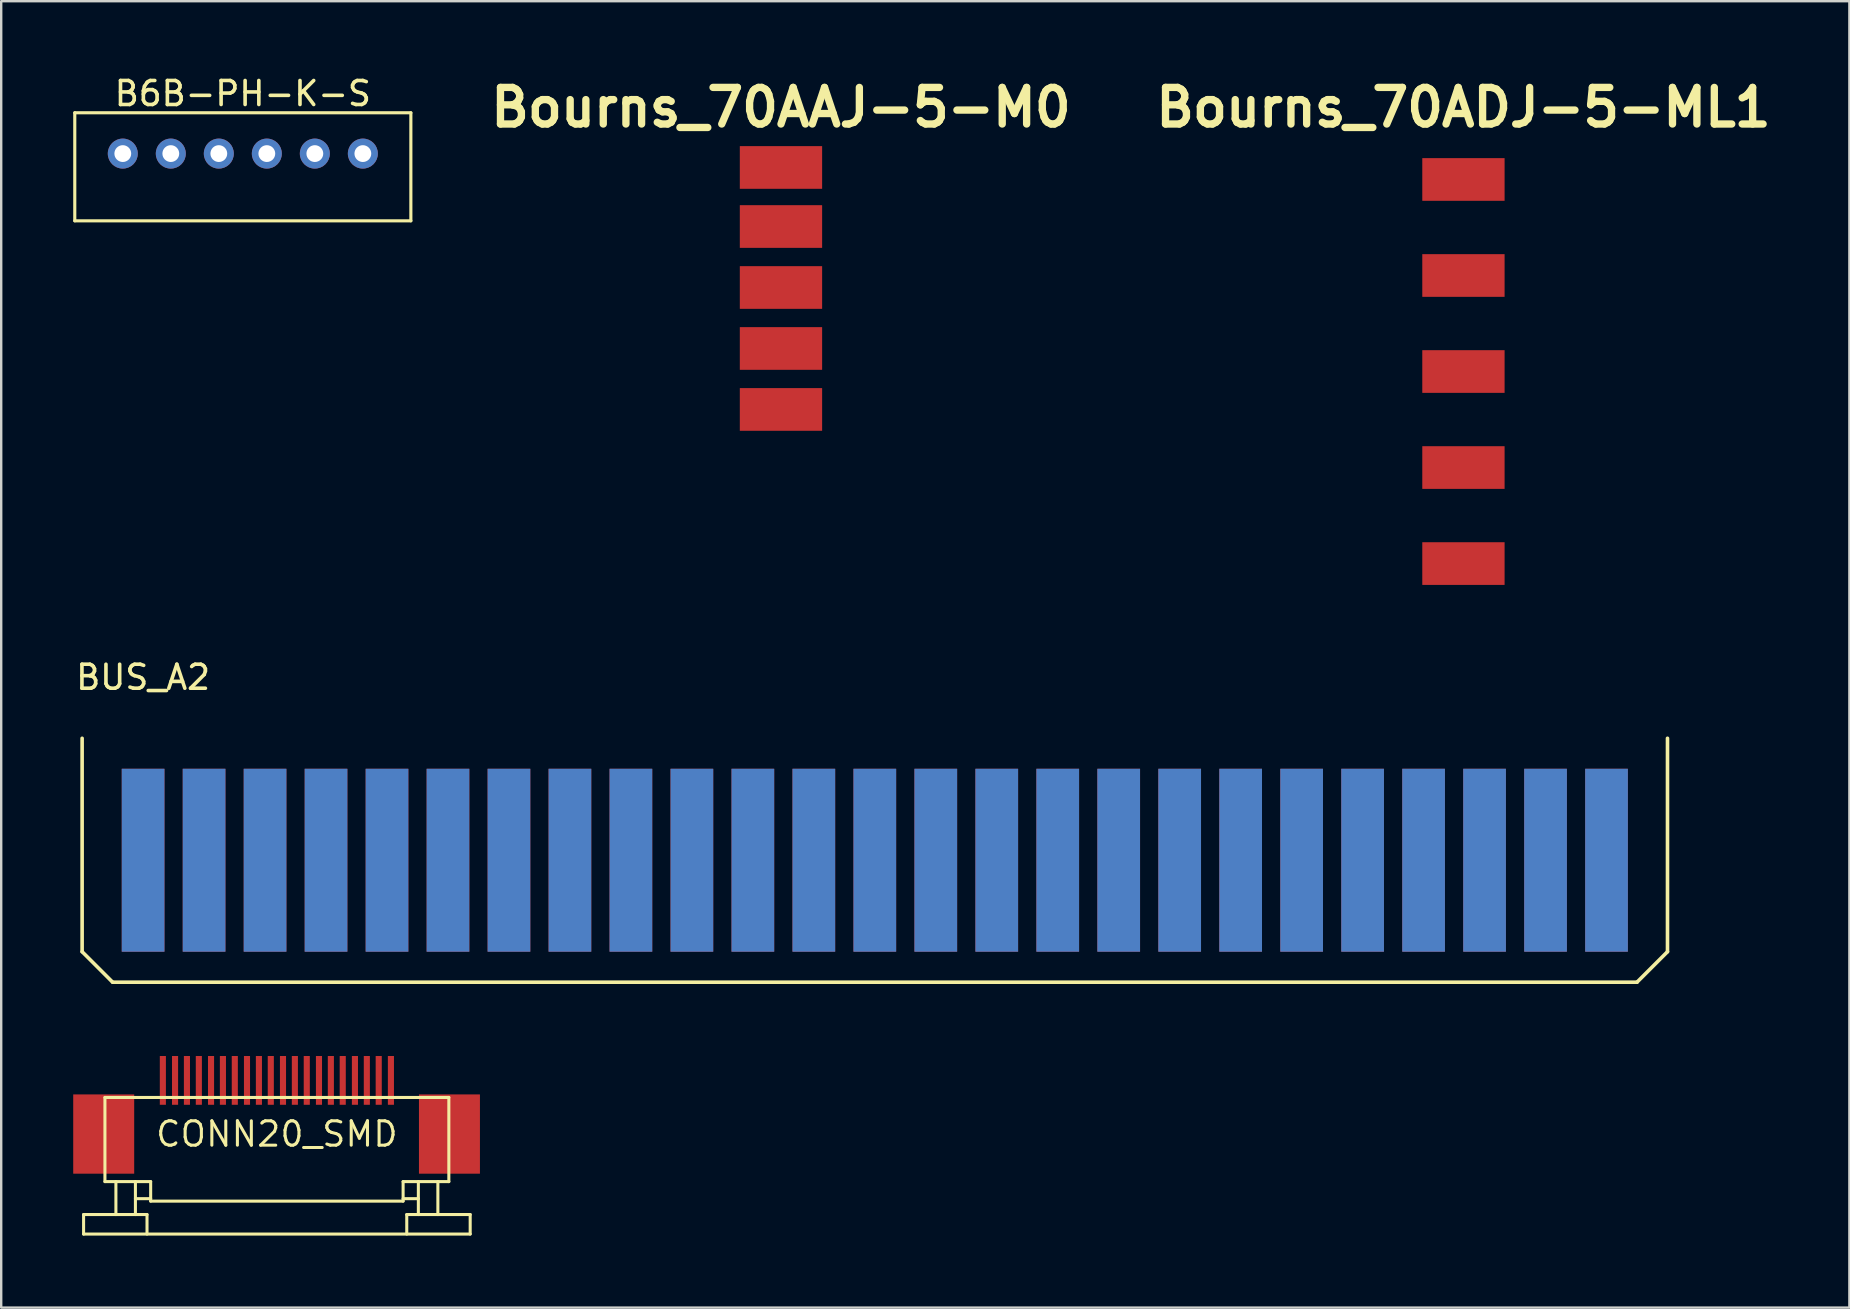
<source format=kicad_pcb>
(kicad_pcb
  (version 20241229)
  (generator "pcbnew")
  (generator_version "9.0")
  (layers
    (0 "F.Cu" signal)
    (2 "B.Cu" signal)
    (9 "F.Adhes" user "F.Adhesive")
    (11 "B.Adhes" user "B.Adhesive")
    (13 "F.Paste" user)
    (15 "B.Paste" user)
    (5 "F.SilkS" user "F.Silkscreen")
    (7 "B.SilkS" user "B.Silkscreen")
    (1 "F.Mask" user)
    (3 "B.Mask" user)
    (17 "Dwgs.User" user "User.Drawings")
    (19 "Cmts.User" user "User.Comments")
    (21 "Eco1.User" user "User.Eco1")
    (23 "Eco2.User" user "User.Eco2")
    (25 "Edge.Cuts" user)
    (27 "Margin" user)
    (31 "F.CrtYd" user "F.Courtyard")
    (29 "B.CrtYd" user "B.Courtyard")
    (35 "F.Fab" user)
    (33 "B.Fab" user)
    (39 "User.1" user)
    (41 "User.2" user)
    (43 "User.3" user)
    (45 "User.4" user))
  (footprint "CONN20_SMD"
    (layer "F.Cu")
    (at 8.484 45.206)
    (property "Reference" "CONN20_SMD" (at 0 -1.016 0) (layer "F.SilkS") (effects (font (size 1.016 1.016) (thickness 0.127))))
    (attr smd)
    (fp_line (start -8.052 2.337) (end -5.41 2.337) (stroke (width 0.127) (type solid)) (layer "F.SilkS"))
    (fp_line (start -8.052 3.15) (end -8.052 2.337) (stroke (width 0.127) (type solid)) (layer "F.SilkS"))
    (fp_line (start -8.052 3.15) (end 8.052 3.15) (stroke (width 0.127) (type solid)) (layer "F.SilkS"))
    (fp_line (start -7.163 -2.54) (end -7.163 0.965) (stroke (width 0.127) (type solid)) (layer "F.SilkS"))
    (fp_line (start -7.163 -2.54) (end 7.163 -2.54) (stroke (width 0.127) (type solid)) (layer "F.SilkS"))
    (fp_line (start -7.163 0.965) (end -5.258 0.965) (stroke (width 0.127) (type solid)) (layer "F.SilkS"))
    (fp_line (start -6.706 0.965) (end -6.706 2.337) (stroke (width 0.127) (type solid)) (layer "F.SilkS"))
    (fp_line (start -5.893 0.965) (end -5.893 2.337) (stroke (width 0.127) (type solid)) (layer "F.SilkS"))
    (fp_line (start -5.41 2.337) (end -5.41 3.15) (stroke (width 0.127) (type solid)) (layer "F.SilkS"))
    (fp_line (start -5.258 0.965) (end -5.258 1.778) (stroke (width 0.127) (type solid)) (layer "F.SilkS"))
    (fp_line (start -5.258 1.676) (end -5.893 1.676) (stroke (width 0.127) (type solid)) (layer "F.SilkS"))
    (fp_line (start -5.258 1.778) (end 5.258 1.778) (stroke (width 0.127) (type solid)) (layer "F.SilkS"))
    (fp_line (start 5.258 0.965) (end 7.163 0.965) (stroke (width 0.127) (type solid)) (layer "F.SilkS"))
    (fp_line (start 5.258 1.676) (end 5.893 1.676) (stroke (width 0.127) (type solid)) (layer "F.SilkS"))
    (fp_line (start 5.258 1.778) (end 5.258 0.965) (stroke (width 0.127) (type solid)) (layer "F.SilkS"))
    (fp_line (start 5.41 2.337) (end 5.41 3.15) (stroke (width 0.127) (type solid)) (layer "F.SilkS"))
    (fp_line (start 5.893 0.965) (end 5.893 2.337) (stroke (width 0.127) (type solid)) (layer "F.SilkS"))
    (fp_line (start 6.706 0.965) (end 6.706 2.337) (stroke (width 0.127) (type solid)) (layer "F.SilkS"))
    (fp_line (start 7.163 0.965) (end 7.163 -2.54) (stroke (width 0.127) (type solid)) (layer "F.SilkS"))
    (fp_line (start 8.052 2.337) (end 5.41 2.337) (stroke (width 0.127) (type solid)) (layer "F.SilkS"))
    (fp_line (start 8.052 3.15) (end 8.052 2.337) (stroke (width 0.127) (type solid)) (layer "F.SilkS"))
    (pad "" smd rect (at -7.214 -1.016) (size 2.54 3.302) (layers "F.Cu" "F.Mask" "F.Paste"))
    (pad "" smd rect (at 7.188 -1.016) (size 2.54 3.302) (layers "F.Cu" "F.Mask" "F.Paste"))
    (pad "1" smd rect (at -4.75 -3.251) (size 0.254 2.032) (layers "F.Cu" "F.Mask" "F.Paste"))
    (pad "2" smd rect (at -4.242 -3.251) (size 0.254 2.032) (layers "F.Cu" "F.Mask" "F.Paste"))
    (pad "3" smd rect (at -3.747 -3.251) (size 0.254 2.032) (layers "F.Cu" "F.Mask" "F.Paste"))
    (pad "4" smd rect (at -3.251 -3.251) (size 0.254 2.032) (layers "F.Cu" "F.Mask" "F.Paste"))
    (pad "5" smd rect (at -2.743 -3.251) (size 0.254 2.032) (layers "F.Cu" "F.Mask" "F.Paste"))
    (pad "6" smd rect (at -2.248 -3.251) (size 0.254 2.032) (layers "F.Cu" "F.Mask" "F.Paste"))
    (pad "7" smd rect (at -1.753 -3.251) (size 0.254 2.032) (layers "F.Cu" "F.Mask" "F.Paste"))
    (pad "8" smd rect (at -1.245 -3.251) (size 0.254 2.032) (layers "F.Cu" "F.Mask" "F.Paste"))
    (pad "9" smd rect (at -0.749 -3.251) (size 0.254 2.032) (layers "F.Cu" "F.Mask" "F.Paste"))
    (pad "10" smd rect (at -0.254 -3.251) (size 0.254 2.032) (layers "F.Cu" "F.Mask" "F.Paste"))
    (pad "11" smd rect (at 0.254 -3.251) (size 0.254 2.032) (layers "F.Cu" "F.Mask" "F.Paste"))
    (pad "12" smd rect (at 0.749 -3.251) (size 0.254 2.032) (layers "F.Cu" "F.Mask" "F.Paste"))
    (pad "13" smd rect (at 1.245 -3.251) (size 0.254 2.032) (layers "F.Cu" "F.Mask" "F.Paste"))
    (pad "14" smd rect (at 1.753 -3.251) (size 0.254 2.032) (layers "F.Cu" "F.Mask" "F.Paste"))
    (pad "15" smd rect (at 2.248 -3.251) (size 0.254 2.032) (layers "F.Cu" "F.Mask" "F.Paste"))
    (pad "16" smd rect (at 2.743 -3.251) (size 0.254 2.032) (layers "F.Cu" "F.Mask" "F.Paste"))
    (pad "17" smd rect (at 3.251 -3.251) (size 0.254 2.032) (layers "F.Cu" "F.Mask" "F.Paste"))
    (pad "18" smd rect (at 3.747 -3.251) (size 0.254 2.032) (layers "F.Cu" "F.Mask" "F.Paste"))
    (pad "19" smd rect (at 4.242 -3.251) (size 0.254 2.032) (layers "F.Cu" "F.Mask" "F.Paste"))
    (pad "20" smd rect (at 4.75 -3.251) (size 0.254 2.032) (layers "F.Cu" "F.Mask" "F.Paste")))
  (footprint "Bourns_70AAJ-5-M0"
    (layer "F.Cu")
    (at 29.482 8.926)
    (property "Reference" "Bourns_70AAJ-5-M0" (at 0 -7.5 0) (layer "F.SilkS") (effects (font (size 1.524 1.524) (thickness 0.305))))
    (attr through_hole)
    (pad "1" smd rect (at 0 -5) (size 3.429 1.778) (layers "F.Cu" "F.Mask" "F.Paste"))
    (pad "2" smd rect (at 0 -2.54) (size 3.429 1.778) (layers "F.Cu" "F.Mask" "F.Paste"))
    (pad "3" smd rect (at 0 0) (size 3.429 1.778) (layers "F.Cu" "F.Mask" "F.Paste"))
    (pad "4" smd rect (at 0 2.54) (size 3.429 1.778) (layers "F.Cu" "F.Mask" "F.Paste"))
    (pad "5" smd rect (at 0 5.08) (size 3.429 1.778) (layers "F.Cu" "F.Mask" "F.Paste")))
  (footprint "Bourns_70ADJ-5-ML1"
    (layer "F.Cu")
    (at 57.911 12.426)
    (property "Reference" "Bourns_70ADJ-5-ML1" (at 0 -11 0) (layer "F.SilkS") (effects (font (size 1.524 1.524) (thickness 0.305))))
    (attr through_hole)
    (pad "1" smd rect (at 0 -8) (size 3.429 1.778) (layers "F.Cu" "F.Mask" "F.Paste"))
    (pad "2" smd rect (at 0 -4) (size 3.429 1.778) (layers "F.Cu" "F.Mask" "F.Paste"))
    (pad "3" smd rect (at 0 0) (size 3.429 1.778) (layers "F.Cu" "F.Mask" "F.Paste"))
    (pad "4" smd rect (at 0 4) (size 3.429 1.778) (layers "F.Cu" "F.Mask" "F.Paste"))
    (pad "5" smd rect (at 0 8) (size 3.429 1.778) (layers "F.Cu" "F.Mask" "F.Paste")))
  (footprint "B6B-PH-K-S"
    (layer "F.Cu")
    (at 7.065 3.348)
    (property "Reference" "B6B-PH-K-S" (at 0 -2.5 0) (layer "F.SilkS") (effects (font (size 1 1) (thickness 0.15))))
    (attr through_hole)
    (fp_line (start -7 -1.7) (end 7 -1.7) (stroke (width 0.13) (type solid)) (layer "F.SilkS"))
    (fp_line (start -7 2.8) (end -7 -1.7) (stroke (width 0.13) (type solid)) (layer "F.SilkS"))
    (fp_line (start 7 -1.7) (end 7 2.8) (stroke (width 0.13) (type solid)) (layer "F.SilkS"))
    (fp_line (start 7 2.8) (end -7 2.8) (stroke (width 0.13) (type solid)) (layer "F.SilkS"))
    (pad "1" thru_hole circle (at -5 0) (size 1.25 1.25) (drill 0.7) (layers "*.Cu" "*.Mask"))
    (pad "2" thru_hole circle (at -3 0) (size 1.25 1.25) (drill 0.7) (layers "*.Cu" "*.Mask"))
    (pad "3" thru_hole circle (at -1 0) (size 1.25 1.25) (drill 0.7) (layers "*.Cu" "*.Mask"))
    (pad "4" thru_hole circle (at 1 0) (size 1.25 1.25) (drill 0.7) (layers "*.Cu" "*.Mask"))
    (pad "5" thru_hole circle (at 3 0) (size 1.25 1.25) (drill 0.7) (layers "*.Cu" "*.Mask"))
    (pad "6" thru_hole circle (at 5 0) (size 1.25 1.25) (drill 0.7) (layers "*.Cu" "*.Mask")))
  (footprint "BUS_A2"
    (layer "F.Cu")
    (at 25.771 32.784)
    (property "Reference" "BUS_A2" (at -22.86 -7.62 0) (layer "F.SilkS") (effects (font (size 1 1) (thickness 0.15))))
    (attr through_hole)
    (fp_line (start -25.4 3.81) (end -25.4 -5.08) (stroke (width 0.15) (type solid)) (layer "F.SilkS"))
    (fp_line (start -24.13 5.08) (end -25.4 3.81) (stroke (width 0.15) (type solid)) (layer "F.SilkS"))
    (fp_line (start 39.37 5.08) (end -24.13 5.08) (stroke (width 0.15) (type solid)) (layer "F.SilkS"))
    (fp_line (start 40.64 -5.08) (end 40.64 3.81) (stroke (width 0.15) (type solid)) (layer "F.SilkS"))
    (fp_line (start 40.64 3.81) (end 39.37 5.08) (stroke (width 0.15) (type solid)) (layer "F.SilkS"))
    (pad "1" connect rect (at -22.86 0 180) (size 1.778 7.62) (layers "F.Cu" "F.Mask"))
    (pad "2" connect rect (at -20.32 0 180) (size 1.778 7.62) (layers "F.Cu" "F.Mask"))
    (pad "3" connect rect (at -17.78 0 180) (size 1.778 7.62) (layers "F.Cu" "F.Mask"))
    (pad "4" connect rect (at -15.24 0 180) (size 1.778 7.62) (layers "F.Cu" "F.Mask"))
    (pad "5" connect rect (at -12.7 0 180) (size 1.778 7.62) (layers "F.Cu" "F.Mask"))
    (pad "6" connect rect (at -10.16 0 180) (size 1.778 7.62) (layers "F.Cu" "F.Mask"))
    (pad "7" connect rect (at -7.62 0 180) (size 1.778 7.62) (layers "F.Cu" "F.Mask"))
    (pad "8" connect rect (at -5.08 0 180) (size 1.778 7.62) (layers "F.Cu" "F.Mask"))
    (pad "9" connect rect (at -2.54 0 180) (size 1.778 7.62) (layers "F.Cu" "F.Mask"))
    (pad "10" connect rect (at 0 0 180) (size 1.778 7.62) (layers "F.Cu" "F.Mask"))
    (pad "11" connect rect (at 2.54 0 180) (size 1.778 7.62) (layers "F.Cu" "F.Mask"))
    (pad "12" connect rect (at 5.08 0 180) (size 1.778 7.62) (layers "F.Cu" "F.Mask"))
    (pad "13" connect rect (at 7.62 0 180) (size 1.778 7.62) (layers "F.Cu" "F.Mask"))
    (pad "14" connect rect (at 10.16 0 180) (size 1.778 7.62) (layers "F.Cu" "F.Mask"))
    (pad "15" connect rect (at 12.7 0 180) (size 1.778 7.62) (layers "F.Cu" "F.Mask"))
    (pad "16" connect rect (at 15.24 0 180) (size 1.778 7.62) (layers "F.Cu" "F.Mask"))
    (pad "17" connect rect (at 17.78 0 180) (size 1.778 7.62) (layers "F.Cu" "F.Mask"))
    (pad "18" connect rect (at 20.32 0 180) (size 1.778 7.62) (layers "F.Cu" "F.Mask"))
    (pad "19" connect rect (at 22.86 0 180) (size 1.778 7.62) (layers "F.Cu" "F.Mask"))
    (pad "20" connect rect (at 25.4 0 180) (size 1.778 7.62) (layers "F.Cu" "F.Mask"))
    (pad "21" connect rect (at 27.94 0 180) (size 1.778 7.62) (layers "F.Cu" "F.Mask"))
    (pad "22" connect rect (at 30.48 0 180) (size 1.778 7.62) (layers "F.Cu" "F.Mask"))
    (pad "23" connect rect (at 33.02 0 180) (size 1.778 7.62) (layers "F.Cu" "F.Mask"))
    (pad "24" connect rect (at 35.56 0 180) (size 1.778 7.62) (layers "F.Cu" "F.Mask"))
    (pad "25" connect rect (at 38.1 0 180) (size 1.778 7.62) (layers "F.Cu" "F.Mask"))
    (pad "26" connect rect (at 38.1 0 180) (size 1.778 7.62) (layers "B.Cu" "B.Mask"))
    (pad "27" connect rect (at 35.56 0 180) (size 1.778 7.62) (layers "B.Cu" "B.Mask"))
    (pad "28" connect rect (at 33.02 0 180) (size 1.778 7.62) (layers "B.Cu" "B.Mask"))
    (pad "29" connect rect (at 30.48 0 180) (size 1.778 7.62) (layers "B.Cu" "B.Mask"))
    (pad "30" connect rect (at 27.94 0 180) (size 1.778 7.62) (layers "B.Cu" "B.Mask"))
    (pad "31" connect rect (at 25.4 0 180) (size 1.778 7.62) (layers "B.Cu" "B.Mask"))
    (pad "32" connect rect (at 22.86 0 180) (size 1.778 7.62) (layers "B.Cu" "B.Mask"))
    (pad "33" connect rect (at 20.32 0 180) (size 1.778 7.62) (layers "B.Cu" "B.Mask"))
    (pad "34" connect rect (at 17.78 0 180) (size 1.778 7.62) (layers "B.Cu" "B.Mask"))
    (pad "35" connect rect (at 15.24 0 180) (size 1.778 7.62) (layers "B.Cu" "B.Mask"))
    (pad "36" connect rect (at 12.7 0 180) (size 1.778 7.62) (layers "B.Cu" "B.Mask"))
    (pad "37" connect rect (at 10.16 0 180) (size 1.778 7.62) (layers "B.Cu" "B.Mask"))
    (pad "38" connect rect (at 7.62 0 180) (size 1.778 7.62) (layers "B.Cu" "B.Mask"))
    (pad "39" connect rect (at 5.08 0 180) (size 1.778 7.62) (layers "B.Cu" "B.Mask"))
    (pad "40" connect rect (at 2.54 0 180) (size 1.778 7.62) (layers "B.Cu" "B.Mask"))
    (pad "41" connect rect (at 0 0 180) (size 1.778 7.62) (layers "B.Cu" "B.Mask"))
    (pad "42" connect rect (at -2.54 0 180) (size 1.778 7.62) (layers "B.Cu" "B.Mask"))
    (pad "43" connect rect (at -5.08 0 180) (size 1.778 7.62) (layers "B.Cu" "B.Mask"))
    (pad "44" connect rect (at -7.62 0 180) (size 1.778 7.62) (layers "B.Cu" "B.Mask"))
    (pad "45" connect rect (at -10.16 0 180) (size 1.778 7.62) (layers "B.Cu" "B.Mask"))
    (pad "46" connect rect (at -12.7 0 180) (size 1.778 7.62) (layers "B.Cu" "B.Mask"))
    (pad "47" connect rect (at -15.24 0 180) (size 1.778 7.62) (layers "B.Cu" "B.Mask"))
    (pad "48" connect rect (at -17.78 0 180) (size 1.778 7.62) (layers "B.Cu" "B.Mask"))
    (pad "49" connect rect (at -20.32 0 180) (size 1.778 7.62) (layers "B.Cu" "B.Mask"))
    (pad "50" connect rect (at -22.86 0 180) (size 1.778 7.62) (layers "B.Cu" "B.Mask")))
  (gr_rect
    (start -3 -3)
    (end 73.988 51.419)
    (stroke (width 0.1) (type default))
    (fill no)
    (layer "Edge.Cuts")))
</source>
